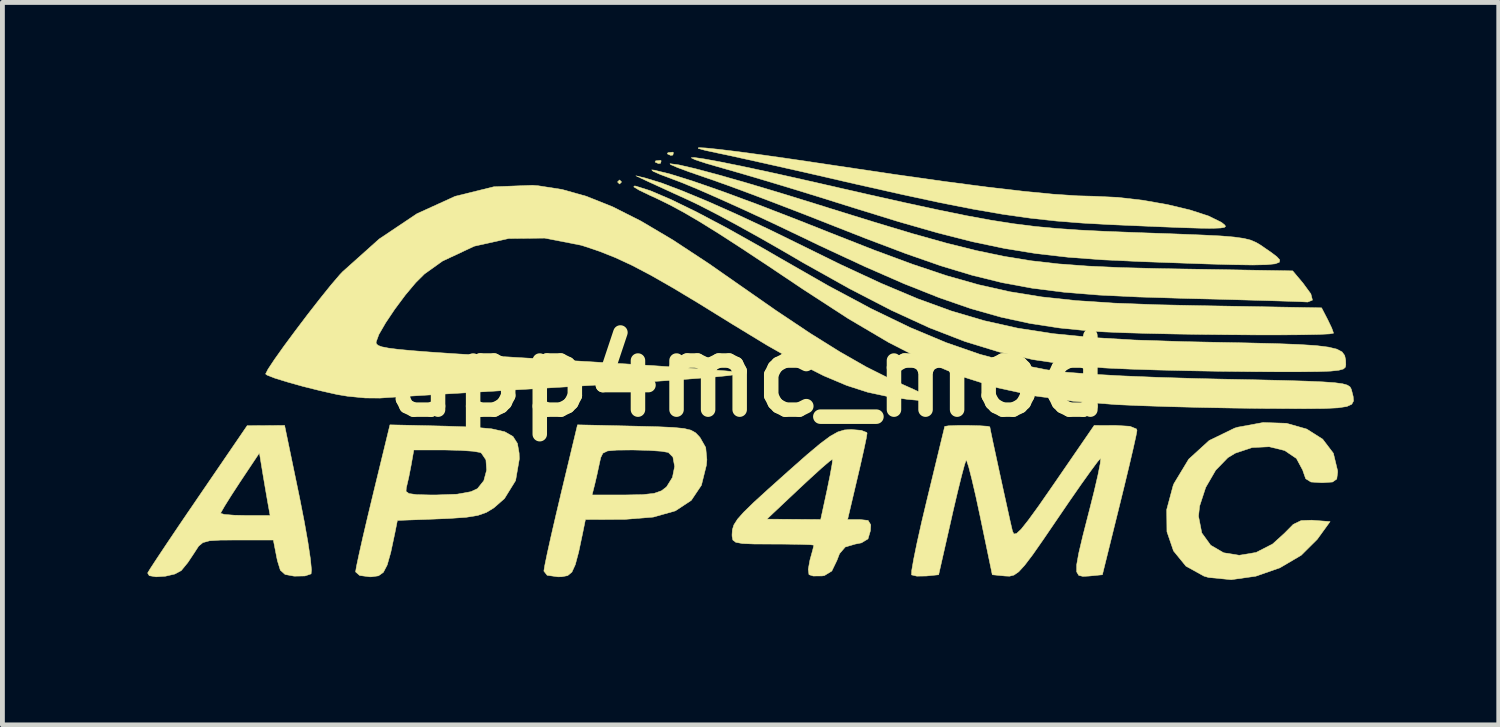
<source format=kicad_pcb>
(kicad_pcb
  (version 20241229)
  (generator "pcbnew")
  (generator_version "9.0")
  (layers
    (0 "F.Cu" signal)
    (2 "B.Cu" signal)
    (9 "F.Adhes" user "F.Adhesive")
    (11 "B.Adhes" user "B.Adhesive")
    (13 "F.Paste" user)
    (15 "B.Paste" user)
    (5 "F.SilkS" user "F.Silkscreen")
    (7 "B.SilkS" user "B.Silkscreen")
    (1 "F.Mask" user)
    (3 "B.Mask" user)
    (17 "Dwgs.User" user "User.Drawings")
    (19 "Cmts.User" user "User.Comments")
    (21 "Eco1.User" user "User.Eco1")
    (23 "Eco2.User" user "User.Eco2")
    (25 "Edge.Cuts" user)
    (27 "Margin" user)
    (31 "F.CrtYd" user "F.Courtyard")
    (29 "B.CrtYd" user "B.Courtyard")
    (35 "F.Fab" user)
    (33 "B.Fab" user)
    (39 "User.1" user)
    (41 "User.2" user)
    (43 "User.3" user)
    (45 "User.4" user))
  (footprint "app4mc_mod"
    (layer "F.Cu")
    (at 12.437 4.737)
    (property "Reference" "app4mc_mod" (at 0 0 0) (layer "F.SilkS") (effects (font (size 1.524 1.524) (thickness 0.3))))
    (attr through_hole)
    (fp_poly (pts (xy -2.625 -4.022) (xy -2.667 -3.979) (xy -2.709 -4.022) (xy -2.667 -4.064) (xy -2.625 -4.022)) (stroke (width 0.01) (type solid)) (fill yes) (layer "F.SilkS"))
    (fp_poly (pts (xy -1.806 -4.459) (xy -1.818 -4.409) (xy -1.863 -4.403) (xy -1.932 -4.434) (xy -1.919 -4.459) (xy -1.819 -4.469) (xy -1.806 -4.459)) (stroke (width 0.01) (type solid)) (fill yes) (layer "F.SilkS"))
    (fp_poly (pts (xy -1.552 -4.628) (xy -1.564 -4.578) (xy -1.609 -4.572) (xy -1.678 -4.603) (xy -1.665 -4.628) (xy -1.565 -4.639) (xy -1.552 -4.628)) (stroke (width 0.01) (type solid)) (fill yes) (layer "F.SilkS"))
    (fp_poly (pts (xy -0.886 -4.725) (xy -0.606 -4.696) (xy -0.203 -4.647) (xy 0.315 -4.577) (xy 0.939 -4.488) (xy 1.66 -4.381) (xy 1.8 -4.36) (xy 2.995 -4.182) (xy 4.033 -4.035) (xy 4.924 -3.918) (xy 5.678 -3.83) (xy 6.304 -3.769) (xy 6.814 -3.735) (xy 7.154 -3.726) (xy 7.645 -3.703) (xy 8.163 -3.643) (xy 8.673 -3.553) (xy 9.138 -3.442) (xy 9.522 -3.317) (xy 9.788 -3.186) (xy 9.854 -3.133) (xy 9.873 -3.104) (xy 9.849 -3.082) (xy 9.768 -3.069) (xy 9.61 -3.063) (xy 9.36 -3.065) (xy 9.001 -3.076) (xy 8.515 -3.095) (xy 7.886 -3.122) (xy 7.493 -3.139) (xy 6.912 -3.171) (xy 6.365 -3.214) (xy 5.823 -3.274) (xy 5.259 -3.354) (xy 4.647 -3.46) (xy 3.96 -3.595) (xy 3.17 -3.765) (xy 2.249 -3.972) (xy 2.008 -4.027) (xy 1.407 -4.166) (xy 0.829 -4.297) (xy 0.304 -4.415) (xy -0.137 -4.513) (xy -0.462 -4.584) (xy -0.593 -4.611) (xy -0.895 -4.676) (xy -1.039 -4.716) (xy -1.033 -4.732) (xy -0.886 -4.725)) (stroke (width 0.01) (type solid)) (fill yes) (layer "F.SilkS"))
    (fp_poly (pts (xy -1.439 -4.375) (xy -1.105 -4.298) (xy -0.629 -4.171) (xy -0.02 -3.997) (xy 0.711 -3.778) (xy 1.555 -3.517) (xy 1.664 -3.482) (xy 2.596 -3.193) (xy 3.396 -2.952) (xy 4.093 -2.757) (xy 4.715 -2.602) (xy 5.291 -2.482) (xy 5.848 -2.391) (xy 6.417 -2.326) (xy 7.024 -2.281) (xy 7.699 -2.25) (xy 8.47 -2.23) (xy 8.869 -2.223) (xy 11.262 -2.182) (xy 11.473 -1.931) (xy 11.638 -1.706) (xy 11.671 -1.577) (xy 11.573 -1.537) (xy 11.536 -1.539) (xy 11.415 -1.545) (xy 11.148 -1.554) (xy 10.758 -1.566) (xy 10.269 -1.58) (xy 9.704 -1.596) (xy 9.085 -1.611) (xy 9.017 -1.613) (xy 8.066 -1.642) (xy 7.246 -1.682) (xy 6.525 -1.741) (xy 5.869 -1.824) (xy 5.247 -1.939) (xy 4.626 -2.092) (xy 3.972 -2.29) (xy 3.252 -2.541) (xy 2.435 -2.85) (xy 1.778 -3.108) (xy 1.196 -3.337) (xy 0.609 -3.563) (xy 0.056 -3.773) (xy -0.428 -3.952) (xy -0.803 -4.085) (xy -0.889 -4.114) (xy -1.222 -4.229) (xy -1.472 -4.322) (xy -1.611 -4.382) (xy -1.623 -4.4) (xy -1.439 -4.375)) (stroke (width 0.01) (type solid)) (fill yes) (layer "F.SilkS"))
    (fp_poly (pts (xy -1.947 -4.266) (xy -1.622 -4.186) (xy -1.151 -4.039) (xy -0.542 -3.827) (xy 0.196 -3.554) (xy 1.055 -3.222) (xy 1.693 -2.969) (xy 2.599 -2.613) (xy 3.391 -2.32) (xy 4.102 -2.082) (xy 4.764 -1.895) (xy 5.409 -1.75) (xy 6.07 -1.643) (xy 6.777 -1.567) (xy 7.563 -1.515) (xy 8.46 -1.481) (xy 9.296 -1.463) (xy 11.86 -1.417) (xy 11.984 -1.178) (xy 12.07 -0.999) (xy 12.107 -0.895) (xy 12.107 -0.893) (xy 12.027 -0.878) (xy 11.802 -0.867) (xy 11.457 -0.86) (xy 11.018 -0.857) (xy 10.508 -0.857) (xy 9.954 -0.861) (xy 9.379 -0.867) (xy 8.808 -0.876) (xy 8.266 -0.888) (xy 7.779 -0.902) (xy 7.371 -0.919) (xy 7.07 -0.937) (xy 6.434 -1.001) (xy 5.828 -1.094) (xy 5.228 -1.224) (xy 4.609 -1.399) (xy 3.949 -1.627) (xy 3.223 -1.915) (xy 2.409 -2.271) (xy 1.482 -2.702) (xy 1.085 -2.893) (xy 0.512 -3.166) (xy -0.052 -3.428) (xy -0.579 -3.666) (xy -1.034 -3.866) (xy -1.389 -4.013) (xy -1.54 -4.07) (xy -1.812 -4.172) (xy -1.972 -4.242) (xy -2.001 -4.272) (xy -1.947 -4.266)) (stroke (width 0.01) (type solid)) (fill yes) (layer "F.SilkS"))
    (fp_poly (pts (xy 11.133 0.972) (xy 11.552 1.091) (xy 11.883 1.301) (xy 12.104 1.592) (xy 12.191 1.953) (xy 12.192 1.985) (xy 12.174 2.125) (xy 12.087 2.187) (xy 11.883 2.201) (xy 11.86 2.201) (xy 11.64 2.187) (xy 11.531 2.119) (xy 11.475 1.96) (xy 11.472 1.946) (xy 11.34 1.7) (xy 11.095 1.535) (xy 10.776 1.457) (xy 10.422 1.474) (xy 10.072 1.591) (xy 9.921 1.683) (xy 9.669 1.942) (xy 9.462 2.299) (xy 9.336 2.684) (xy 9.313 2.894) (xy 9.381 3.241) (xy 9.565 3.495) (xy 9.833 3.651) (xy 10.156 3.703) (xy 10.504 3.645) (xy 10.846 3.47) (xy 11.089 3.25) (xy 11.273 3.064) (xy 11.437 2.985) (xy 11.658 2.977) (xy 11.692 2.98) (xy 12.036 3.006) (xy 11.77 3.373) (xy 11.438 3.703) (xy 10.998 3.962) (xy 10.499 4.136) (xy 9.99 4.208) (xy 9.52 4.162) (xy 9.425 4.134) (xy 9.053 3.928) (xy 8.796 3.613) (xy 8.66 3.215) (xy 8.655 2.758) (xy 8.787 2.265) (xy 8.806 2.218) (xy 9.11 1.715) (xy 9.533 1.329) (xy 10.061 1.072) (xy 10.128 1.052) (xy 10.651 0.956) (xy 11.133 0.972)) (stroke (width 0.01) (type solid)) (fill yes) (layer "F.SilkS"))
    (fp_poly (pts (xy -9.287 2.516) (xy -9.191 3.006) (xy -9.115 3.436) (xy -9.064 3.778) (xy -9.042 4.005) (xy -9.05 4.088) (xy -9.177 4.131) (xy -9.388 4.135) (xy -9.406 4.134) (xy -9.588 4.1) (xy -9.686 4.012) (xy -9.746 3.818) (xy -9.761 3.747) (xy -9.831 3.387) (xy -10.57 3.387) (xy -10.926 3.389) (xy -11.152 3.403) (xy -11.289 3.441) (xy -11.376 3.513) (xy -11.453 3.631) (xy -11.457 3.638) (xy -11.6 3.853) (xy -11.735 4.018) (xy -11.735 4.019) (xy -11.869 4.091) (xy -12.063 4.136) (xy -12.258 4.149) (xy -12.399 4.125) (xy -12.432 4.07) (xy -12.378 3.98) (xy -12.242 3.772) (xy -12.039 3.467) (xy -11.784 3.088) (xy -11.612 2.835) (xy -10.922 2.835) (xy -10.845 2.858) (xy -10.645 2.874) (xy -10.41 2.879) (xy -9.898 2.879) (xy -9.948 2.603) (xy -9.994 2.337) (xy -10.047 2.025) (xy -10.058 1.957) (xy -10.119 1.585) (xy -10.521 2.188) (xy -10.702 2.466) (xy -10.841 2.688) (xy -10.915 2.817) (xy -10.922 2.835) (xy -11.612 2.835) (xy -11.49 2.657) (xy -11.388 2.507) (xy -10.372 1.021) (xy -9.985 1.019) (xy -9.598 1.016) (xy -9.287 2.516)) (stroke (width 0.01) (type solid)) (fill yes) (layer "F.SilkS"))
    (fp_poly (pts (xy -0.92 -4.499) (xy -0.583 -4.437) (xy -0.118 -4.343) (xy 0.469 -4.217) (xy 1.173 -4.06) (xy 1.524 -3.98) (xy 2.457 -3.767) (xy 3.249 -3.59) (xy 3.924 -3.444) (xy 4.505 -3.325) (xy 5.016 -3.231) (xy 5.481 -3.158) (xy 5.924 -3.102) (xy 6.368 -3.06) (xy 6.837 -3.027) (xy 7.355 -3.001) (xy 7.946 -2.978) (xy 8.239 -2.967) (xy 8.889 -2.944) (xy 9.392 -2.924) (xy 9.771 -2.905) (xy 10.05 -2.882) (xy 10.249 -2.854) (xy 10.394 -2.818) (xy 10.505 -2.77) (xy 10.607 -2.709) (xy 10.673 -2.663) (xy 10.824 -2.559) (xy 10.935 -2.474) (xy 10.994 -2.409) (xy 10.986 -2.361) (xy 10.899 -2.328) (xy 10.72 -2.31) (xy 10.435 -2.304) (xy 10.031 -2.31) (xy 9.496 -2.325) (xy 8.816 -2.349) (xy 8.128 -2.374) (xy 7.333 -2.411) (xy 6.62 -2.464) (xy 5.955 -2.54) (xy 5.306 -2.645) (xy 4.639 -2.785) (xy 3.919 -2.968) (xy 3.114 -3.198) (xy 2.191 -3.483) (xy 2.032 -3.533) (xy 1.464 -3.711) (xy 0.863 -3.896) (xy 0.282 -4.071) (xy -0.225 -4.22) (xy -0.466 -4.289) (xy -0.862 -4.403) (xy -1.1 -4.481) (xy -1.185 -4.522) (xy -1.123 -4.528) (xy -0.92 -4.499)) (stroke (width 0.01) (type solid)) (fill yes) (layer "F.SilkS"))
    (fp_poly (pts (xy -2.354 1.031) (xy -1.883 1.043) (xy -1.552 1.058) (xy -1.33 1.08) (xy -1.187 1.116) (xy -1.093 1.169) (xy -1.018 1.247) (xy -1 1.269) (xy -0.884 1.473) (xy -0.86 1.725) (xy -0.87 1.839) (xy -0.973 2.254) (xy -1.183 2.567) (xy -1.512 2.784) (xy -1.97 2.913) (xy -2.569 2.961) (xy -2.639 2.961) (xy -3.373 2.963) (xy -3.429 3.239) (xy -3.513 3.637) (xy -3.583 3.898) (xy -3.653 4.051) (xy -3.741 4.124) (xy -3.863 4.147) (xy -3.94 4.149) (xy -4.165 4.117) (xy -4.233 4.03) (xy -4.214 3.912) (xy -4.162 3.659) (xy -4.082 3.299) (xy -3.981 2.862) (xy -3.885 2.457) (xy -3.885 2.455) (xy -3.236 2.455) (xy -2.549 2.455) (xy -2.188 2.448) (xy -1.952 2.422) (xy -1.798 2.368) (xy -1.693 2.286) (xy -1.572 2.091) (xy -1.527 1.865) (xy -1.563 1.67) (xy -1.658 1.575) (xy -1.806 1.55) (xy -2.068 1.532) (xy -2.389 1.524) (xy -2.409 1.524) (xy -2.727 1.527) (xy -2.915 1.544) (xy -3.012 1.591) (xy -3.056 1.681) (xy -3.076 1.768) (xy -3.134 2.037) (xy -3.18 2.234) (xy -3.236 2.455) (xy -3.885 2.455) (xy -3.537 1.004) (xy -2.354 1.031)) (stroke (width 0.01) (type solid)) (fill yes) (layer "F.SilkS"))
    (fp_poly (pts (xy -6.258 1.031) (xy -5.714 1.05) (xy -5.316 1.086) (xy -5.043 1.147) (xy -4.872 1.245) (xy -4.78 1.389) (xy -4.745 1.59) (xy -4.741 1.711) (xy -4.818 2.157) (xy -5.048 2.529) (xy -5.268 2.722) (xy -5.422 2.816) (xy -5.599 2.878) (xy -5.84 2.917) (xy -6.189 2.941) (xy -6.403 2.95) (xy -7.264 2.982) (xy -7.316 3.243) (xy -7.401 3.643) (xy -7.475 3.904) (xy -7.554 4.056) (xy -7.655 4.128) (xy -7.796 4.148) (xy -7.835 4.149) (xy -8.045 4.121) (xy -8.129 4.047) (xy -8.129 4.043) (xy -8.11 3.93) (xy -8.057 3.68) (xy -7.977 3.324) (xy -7.875 2.889) (xy -7.774 2.47) (xy -7.753 2.382) (xy -7.085 2.382) (xy -7.024 2.426) (xy -6.867 2.448) (xy -6.582 2.455) (xy -6.459 2.455) (xy -6.029 2.439) (xy -5.742 2.387) (xy -5.607 2.324) (xy -5.476 2.16) (xy -5.417 1.94) (xy -5.432 1.728) (xy -5.527 1.588) (xy -5.553 1.575) (xy -5.7 1.55) (xy -5.962 1.532) (xy -6.284 1.524) (xy -6.305 1.524) (xy -6.924 1.524) (xy -6.98 1.841) (xy -7.029 2.092) (xy -7.075 2.289) (xy -7.08 2.307) (xy -7.085 2.382) (xy -7.753 2.382) (xy -7.418 1.004) (xy -6.258 1.031)) (stroke (width 0.01) (type solid)) (fill yes) (layer "F.SilkS"))
    (fp_poly (pts (xy -2.117 -4.098) (xy -1.803 -4.002) (xy -1.368 -3.837) (xy -0.838 -3.617) (xy -0.242 -3.352) (xy 0.394 -3.055) (xy 0.965 -2.776) (xy 1.909 -2.312) (xy 2.743 -1.925) (xy 3.497 -1.607) (xy 4.201 -1.351) (xy 4.883 -1.15) (xy 5.573 -0.996) (xy 6.302 -0.883) (xy 7.097 -0.804) (xy 7.989 -0.751) (xy 9.007 -0.718) (xy 9.525 -0.707) (xy 10.292 -0.692) (xy 10.907 -0.677) (xy 11.386 -0.659) (xy 11.746 -0.636) (xy 12.004 -0.604) (xy 12.178 -0.561) (xy 12.284 -0.505) (xy 12.338 -0.431) (xy 12.358 -0.337) (xy 12.361 -0.238) (xy 12.352 -0.189) (xy 12.311 -0.152) (xy 12.217 -0.126) (xy 12.052 -0.108) (xy 11.793 -0.098) (xy 11.423 -0.094) (xy 10.919 -0.094) (xy 10.393 -0.097) (xy 9.752 -0.104) (xy 9.094 -0.116) (xy 8.463 -0.131) (xy 7.903 -0.149) (xy 7.457 -0.169) (xy 7.366 -0.174) (xy 6.603 -0.239) (xy 5.883 -0.347) (xy 5.183 -0.505) (xy 4.477 -0.722) (xy 3.743 -1.006) (xy 2.957 -1.367) (xy 2.094 -1.813) (xy 1.13 -2.352) (xy 0.776 -2.559) (xy 0.293 -2.836) (xy -0.198 -3.109) (xy -0.655 -3.355) (xy -1.035 -3.55) (xy -1.214 -3.636) (xy -1.552 -3.79) (xy -1.854 -3.929) (xy -2.07 -4.028) (xy -2.117 -4.05) (xy -2.328 -4.15) (xy -2.117 -4.098)) (stroke (width 0.01) (type solid)) (fill yes) (layer "F.SilkS"))
    (fp_poly (pts (xy -2.328 -3.935) (xy -2.029 -3.84) (xy -1.605 -3.659) (xy -1.071 -3.399) (xy -0.444 -3.068) (xy 0.26 -2.673) (xy 0.647 -2.449) (xy 1.648 -1.876) (xy 2.54 -1.399) (xy 3.345 -1.01) (xy 4.087 -0.699) (xy 4.787 -0.456) (xy 5.468 -0.273) (xy 6.154 -0.138) (xy 6.258 -0.122) (xy 6.608 -0.082) (xy 7.106 -0.044) (xy 7.731 -0.009) (xy 8.464 0.021) (xy 9.282 0.046) (xy 9.751 0.057) (xy 10.495 0.072) (xy 11.088 0.086) (xy 11.546 0.1) (xy 11.888 0.115) (xy 12.131 0.132) (xy 12.294 0.154) (xy 12.393 0.182) (xy 12.447 0.217) (xy 12.472 0.261) (xy 12.481 0.289) (xy 12.513 0.415) (xy 12.521 0.51) (xy 12.484 0.578) (xy 12.383 0.624) (xy 12.199 0.652) (xy 11.912 0.666) (xy 11.502 0.669) (xy 10.951 0.666) (xy 10.689 0.665) (xy 10.046 0.657) (xy 9.366 0.644) (xy 8.701 0.627) (xy 8.102 0.607) (xy 7.621 0.586) (xy 7.62 0.586) (xy 6.724 0.516) (xy 5.91 0.403) (xy 5.149 0.235) (xy 4.413 0.002) (xy 3.673 -0.307) (xy 2.899 -0.703) (xy 2.065 -1.195) (xy 1.139 -1.796) (xy 1.085 -1.832) (xy 0.403 -2.289) (xy -0.16 -2.661) (xy -0.624 -2.961) (xy -1.011 -3.201) (xy -1.339 -3.393) (xy -1.629 -3.549) (xy -1.902 -3.683) (xy -2.032 -3.742) (xy -2.261 -3.852) (xy -2.374 -3.921) (xy -2.355 -3.94) (xy -2.328 -3.935)) (stroke (width 0.01) (type solid)) (fill yes) (layer "F.SilkS"))
    (fp_poly (pts (xy 2.334 1.118) (xy 2.448 1.162) (xy 2.455 1.178) (xy 2.437 1.288) (xy 2.387 1.525) (xy 2.314 1.849) (xy 2.253 2.109) (xy 2.052 2.963) (xy 2.301 2.963) (xy 2.476 2.982) (xy 2.531 3.073) (xy 2.524 3.196) (xy 2.474 3.364) (xy 2.339 3.446) (xy 2.212 3.471) (xy 2.003 3.532) (xy 1.885 3.67) (xy 1.831 3.81) (xy 1.725 4.029) (xy 1.572 4.123) (xy 1.521 4.131) (xy 1.339 4.132) (xy 1.253 4.104) (xy 1.238 3.995) (xy 1.273 3.8) (xy 1.278 3.783) (xy 1.33 3.594) (xy 1.354 3.495) (xy 1.355 3.493) (xy 1.276 3.484) (xy 1.064 3.477) (xy 0.754 3.472) (xy 0.508 3.471) (xy 0.124 3.47) (xy -0.122 3.46) (xy -0.261 3.435) (xy -0.322 3.388) (xy -0.338 3.311) (xy -0.339 3.276) (xy -0.332 3.173) (xy -0.301 3.074) (xy -0.229 2.961) (xy -0.225 2.955) (xy 0.381 2.955) (xy 0.938 2.959) (xy 1.495 2.963) (xy 1.628 2.349) (xy 1.689 2.051) (xy 1.73 1.826) (xy 1.742 1.718) (xy 1.741 1.714) (xy 1.675 1.76) (xy 1.513 1.899) (xy 1.28 2.111) (xy 1.051 2.324) (xy 0.381 2.955) (xy -0.225 2.955) (xy -0.099 2.813) (xy 0.107 2.612) (xy 0.406 2.339) (xy 0.814 1.974) (xy 0.834 1.956) (xy 1.21 1.624) (xy 1.488 1.391) (xy 1.693 1.239) (xy 1.85 1.151) (xy 1.985 1.11) (xy 2.124 1.101) (xy 2.125 1.101) (xy 2.334 1.118)) (stroke (width 0.01) (type solid)) (fill yes) (layer "F.SilkS"))
    (fp_poly (pts (xy 7.894 1.034) (xy 8.029 1.089) (xy 8.04 1.122) (xy 8.019 1.235) (xy 7.964 1.484) (xy 7.881 1.839) (xy 7.777 2.272) (xy 7.68 2.667) (xy 7.324 4.106) (xy 7.048 4.133) (xy 6.921 4.14) (xy 6.835 4.119) (xy 6.792 4.046) (xy 6.792 3.9) (xy 6.835 3.659) (xy 6.92 3.299) (xy 7.048 2.799) (xy 7.055 2.773) (xy 7.155 2.375) (xy 7.232 2.043) (xy 7.279 1.808) (xy 7.29 1.701) (xy 7.287 1.697) (xy 7.226 1.765) (xy 7.088 1.951) (xy 6.887 2.232) (xy 6.641 2.586) (xy 6.407 2.929) (xy 6.105 3.372) (xy 5.881 3.693) (xy 5.716 3.91) (xy 5.593 4.044) (xy 5.494 4.113) (xy 5.403 4.136) (xy 5.31 4.132) (xy 5.046 4.106) (xy 4.795 2.9) (xy 4.704 2.477) (xy 4.622 2.125) (xy 4.557 1.871) (xy 4.514 1.742) (xy 4.505 1.733) (xy 4.473 1.825) (xy 4.412 2.052) (xy 4.33 2.383) (xy 4.235 2.787) (xy 4.201 2.939) (xy 3.936 4.106) (xy 3.68 4.132) (xy 3.484 4.135) (xy 3.375 4.109) (xy 3.379 4.016) (xy 3.419 3.785) (xy 3.489 3.443) (xy 3.584 3.018) (xy 3.693 2.56) (xy 3.809 2.082) (xy 3.91 1.664) (xy 3.99 1.333) (xy 4.043 1.115) (xy 4.061 1.037) (xy 4.138 1.024) (xy 4.324 1.017) (xy 4.562 1.017) (xy 4.791 1.023) (xy 4.953 1.034) (xy 4.995 1.046) (xy 5.012 1.134) (xy 5.057 1.349) (xy 5.123 1.655) (xy 5.2 2.012) (xy 5.281 2.384) (xy 5.358 2.733) (xy 5.421 3.02) (xy 5.464 3.205) (xy 5.493 3.262) (xy 5.548 3.253) (xy 5.643 3.164) (xy 5.79 2.979) (xy 6.004 2.685) (xy 6.295 2.266) (xy 6.333 2.211) (xy 7.154 1.017) (xy 7.599 1.016) (xy 7.894 1.034)) (stroke (width 0.01) (type solid)) (fill yes) (layer "F.SilkS"))
    (fp_poly (pts (xy -4.348 -3.943) (xy -3.855 -3.866) (xy -3.35 -3.724) (xy -2.812 -3.509) (xy -2.224 -3.212) (xy -1.565 -2.822) (xy -0.817 -2.33) (xy -0.253 -1.936) (xy 0.566 -1.365) (xy 1.274 -0.892) (xy 1.893 -0.506) (xy 2.439 -0.194) (xy 2.933 0.053) (xy 3.114 0.134) (xy 3.411 0.267) (xy 3.645 0.378) (xy 3.775 0.448) (xy 3.786 0.456) (xy 3.764 0.497) (xy 3.595 0.504) (xy 3.295 0.477) (xy 2.884 0.418) (xy 2.883 0.418) (xy 2.468 0.329) (xy 2.034 0.189) (xy 1.557 -0.012) (xy 1.016 -0.286) (xy 0.387 -0.642) (xy -0.353 -1.092) (xy -0.359 -1.096) (xy -1.022 -1.506) (xy -1.568 -1.834) (xy -2.023 -2.094) (xy -2.41 -2.297) (xy -2.755 -2.457) (xy -3.08 -2.586) (xy -3.411 -2.697) (xy -3.463 -2.713) (xy -4.215 -2.86) (xy -4.96 -2.852) (xy -5.672 -2.693) (xy -6.329 -2.386) (xy -6.704 -2.118) (xy -6.886 -1.937) (xy -7.1 -1.682) (xy -7.316 -1.392) (xy -7.508 -1.106) (xy -7.647 -0.866) (xy -7.704 -0.711) (xy -7.705 -0.704) (xy -7.696 -0.669) (xy -7.66 -0.638) (xy -7.583 -0.61) (xy -7.45 -0.584) (xy -7.247 -0.558) (xy -6.959 -0.531) (xy -6.573 -0.501) (xy -6.074 -0.467) (xy -5.447 -0.428) (xy -4.678 -0.383) (xy -3.852 -0.335) (xy -3.122 -0.292) (xy -2.428 -0.249) (xy -1.794 -0.208) (xy -1.241 -0.171) (xy -0.792 -0.138) (xy -0.469 -0.112) (xy -0.296 -0.095) (xy -0.207 -0.077) (xy -0.192 -0.058) (xy -0.263 -0.037) (xy -0.427 -0.014) (xy -0.694 0.013) (xy -1.074 0.044) (xy -1.576 0.081) (xy -2.209 0.122) (xy -2.983 0.171) (xy -3.906 0.226) (xy -4.988 0.29) (xy -5.08 0.295) (xy -5.69 0.331) (xy -6.265 0.365) (xy -6.776 0.396) (xy -7.194 0.422) (xy -7.493 0.441) (xy -7.622 0.45) (xy -7.928 0.448) (xy -8.294 0.412) (xy -8.511 0.376) (xy -8.858 0.298) (xy -9.215 0.209) (xy -9.543 0.117) (xy -9.805 0.036) (xy -9.962 -0.026) (xy -9.991 -0.049) (xy -9.941 -0.147) (xy -9.808 -0.348) (xy -9.612 -0.624) (xy -9.375 -0.944) (xy -9.12 -1.281) (xy -8.867 -1.605) (xy -8.64 -1.887) (xy -8.459 -2.099) (xy -8.4 -2.162) (xy -7.64 -2.842) (xy -6.861 -3.364) (xy -6.069 -3.725) (xy -5.27 -3.922) (xy -4.469 -3.953) (xy -4.348 -3.943)) (stroke (width 0.01) (type solid)) (fill yes) (layer "F.SilkS")))
  (gr_rect
    (start -3 -3)
    (end 27.963 11.95)
    (stroke (width 0.1) (type default))
    (fill no)
    (layer "Edge.Cuts")))
</source>
